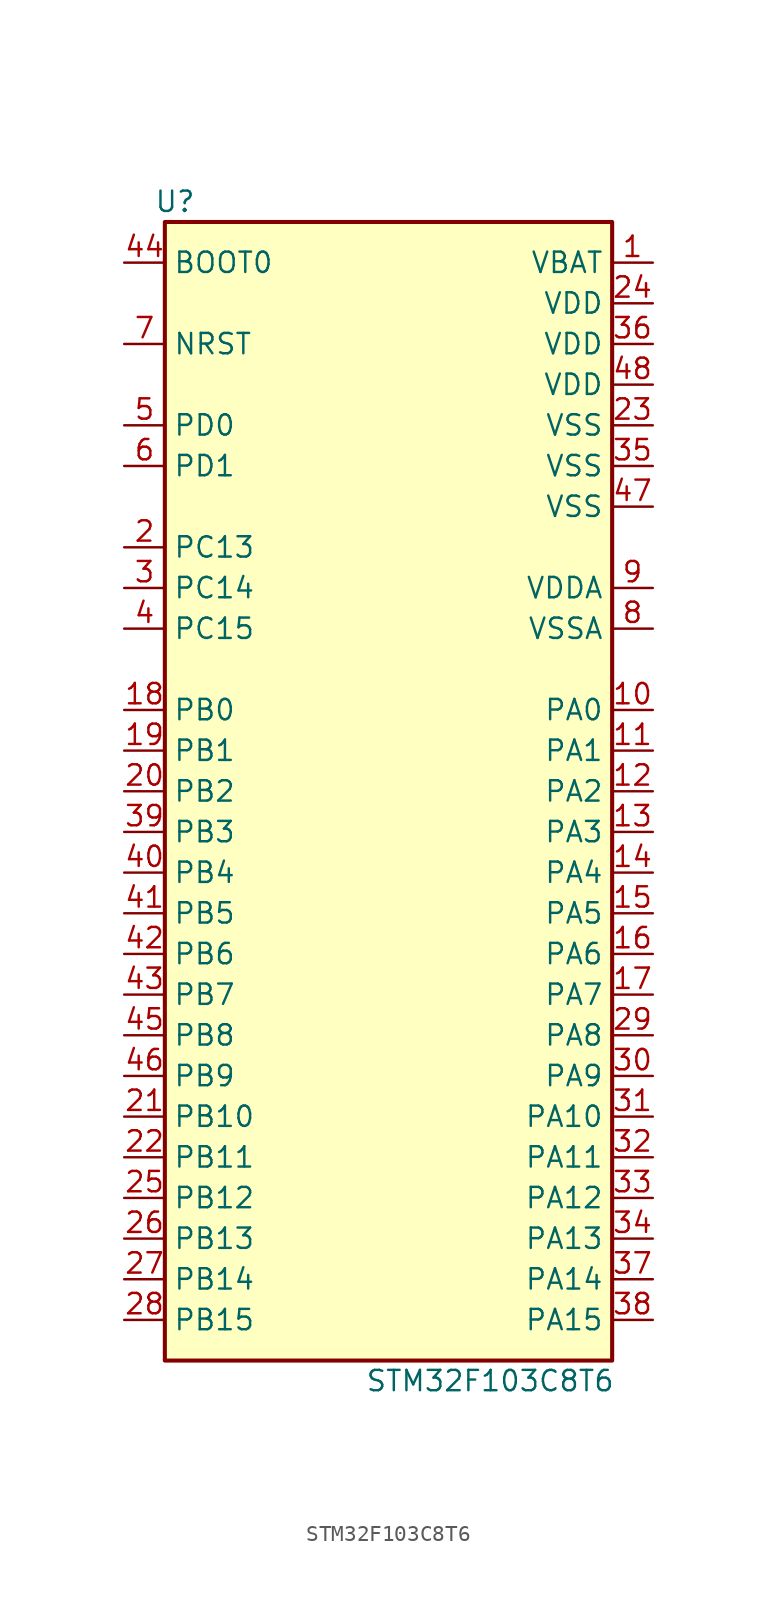
<source format=kicad_sym>
(kicad_symbol_lib
  (version 20211014)
  (generator kicad_symbol_editor)
  (symbol "STM32F103C8T6"
    (property "Reference" "U"
      (at -13.335 39.37 0)
      (effects (font (size 1.27 1.27))))
    (property "Value" "STM32F103C8T6"
      (at 6.35 -34.29 0)
      (effects (font (size 1.27 1.27))))
    (symbol "STM32F103C8T6_0_1"
      (rectangle (start -13.97 -33.02) (end 13.97 38.1) (stroke (width 0.254) (type default) (color 0 0 0 0)) (fill (type background))))
    (symbol "STM32F103C8T6_1_1"
      (pin power_in line (at 16.51 35.56 180) (length 2.54) (name "VBAT" (effects (font (size 1.27 1.27)))) (number "1" (effects (font (size 1.27 1.27)))))
      (pin bidirectional line (at 16.51 7.62 180) (length 2.54) (name "PA0" (effects (font (size 1.27 1.27)))) (number "10" (effects (font (size 1.27 1.27)))))
      (pin bidirectional line (at 16.51 5.08 180) (length 2.54) (name "PA1" (effects (font (size 1.27 1.27)))) (number "11" (effects (font (size 1.27 1.27)))))
      (pin bidirectional line (at 16.51 2.54 180) (length 2.54) (name "PA2" (effects (font (size 1.27 1.27)))) (number "12" (effects (font (size 1.27 1.27)))))
      (pin bidirectional line (at 16.51 0 180) (length 2.54) (name "PA3" (effects (font (size 1.27 1.27)))) (number "13" (effects (font (size 1.27 1.27)))))
      (pin bidirectional line (at 16.51 -2.54 180) (length 2.54) (name "PA4" (effects (font (size 1.27 1.27)))) (number "14" (effects (font (size 1.27 1.27)))))
      (pin bidirectional line (at 16.51 -5.08 180) (length 2.54) (name "PA5" (effects (font (size 1.27 1.27)))) (number "15" (effects (font (size 1.27 1.27)))))
      (pin bidirectional line (at 16.51 -7.62 180) (length 2.54) (name "PA6" (effects (font (size 1.27 1.27)))) (number "16" (effects (font (size 1.27 1.27)))))
      (pin bidirectional line (at 16.51 -10.16 180) (length 2.54) (name "PA7" (effects (font (size 1.27 1.27)))) (number "17" (effects (font (size 1.27 1.27)))))
      (pin bidirectional line (at -16.51 7.62 0) (length 2.54) (name "PB0" (effects (font (size 1.27 1.27)))) (number "18" (effects (font (size 1.27 1.27)))))
      (pin bidirectional line (at -16.51 5.08 0) (length 2.54) (name "PB1" (effects (font (size 1.27 1.27)))) (number "19" (effects (font (size 1.27 1.27)))))
      (pin bidirectional line (at -16.51 17.78 0) (length 2.54) (name "PC13" (effects (font (size 1.27 1.27)))) (number "2" (effects (font (size 1.27 1.27)))))
      (pin bidirectional line (at -16.51 2.54 0) (length 2.54) (name "PB2" (effects (font (size 1.27 1.27)))) (number "20" (effects (font (size 1.27 1.27)))))
      (pin bidirectional line (at -16.51 -17.78 0) (length 2.54) (name "PB10" (effects (font (size 1.27 1.27)))) (number "21" (effects (font (size 1.27 1.27)))))
      (pin bidirectional line (at -16.51 -20.32 0) (length 2.54) (name "PB11" (effects (font (size 1.27 1.27)))) (number "22" (effects (font (size 1.27 1.27)))))
      (pin power_in line (at 16.51 25.4 180) (length 2.54) (name "VSS" (effects (font (size 1.27 1.27)))) (number "23" (effects (font (size 1.27 1.27)))))
      (pin power_in line (at 16.51 33.02 180) (length 2.54) (name "VDD" (effects (font (size 1.27 1.27)))) (number "24" (effects (font (size 1.27 1.27)))))
      (pin bidirectional line (at -16.51 -22.86 0) (length 2.54) (name "PB12" (effects (font (size 1.27 1.27)))) (number "25" (effects (font (size 1.27 1.27)))))
      (pin bidirectional line (at -16.51 -25.4 0) (length 2.54) (name "PB13" (effects (font (size 1.27 1.27)))) (number "26" (effects (font (size 1.27 1.27)))))
      (pin bidirectional line (at -16.51 -27.94 0) (length 2.54) (name "PB14" (effects (font (size 1.27 1.27)))) (number "27" (effects (font (size 1.27 1.27)))))
      (pin bidirectional line (at -16.51 -30.48 0) (length 2.54) (name "PB15" (effects (font (size 1.27 1.27)))) (number "28" (effects (font (size 1.27 1.27)))))
      (pin bidirectional line (at 16.51 -12.7 180) (length 2.54) (name "PA8" (effects (font (size 1.27 1.27)))) (number "29" (effects (font (size 1.27 1.27)))))
      (pin bidirectional line (at -16.51 15.24 0) (length 2.54) (name "PC14" (effects (font (size 1.27 1.27)))) (number "3" (effects (font (size 1.27 1.27)))))
      (pin bidirectional line (at 16.51 -15.24 180) (length 2.54) (name "PA9" (effects (font (size 1.27 1.27)))) (number "30" (effects (font (size 1.27 1.27)))))
      (pin bidirectional line (at 16.51 -17.78 180) (length 2.54) (name "PA10" (effects (font (size 1.27 1.27)))) (number "31" (effects (font (size 1.27 1.27)))))
      (pin bidirectional line (at 16.51 -20.32 180) (length 2.54) (name "PA11" (effects (font (size 1.27 1.27)))) (number "32" (effects (font (size 1.27 1.27)))))
      (pin bidirectional line (at 16.51 -22.86 180) (length 2.54) (name "PA12" (effects (font (size 1.27 1.27)))) (number "33" (effects (font (size 1.27 1.27)))))
      (pin bidirectional line (at 16.51 -25.4 180) (length 2.54) (name "PA13" (effects (font (size 1.27 1.27)))) (number "34" (effects (font (size 1.27 1.27)))))
      (pin power_in line (at 16.51 22.86 180) (length 2.54) (name "VSS" (effects (font (size 1.27 1.27)))) (number "35" (effects (font (size 1.27 1.27)))))
      (pin power_in line (at 16.51 30.48 180) (length 2.54) (name "VDD" (effects (font (size 1.27 1.27)))) (number "36" (effects (font (size 1.27 1.27)))))
      (pin bidirectional line (at 16.51 -27.94 180) (length 2.54) (name "PA14" (effects (font (size 1.27 1.27)))) (number "37" (effects (font (size 1.27 1.27)))))
      (pin bidirectional line (at 16.51 -30.48 180) (length 2.54) (name "PA15" (effects (font (size 1.27 1.27)))) (number "38" (effects (font (size 1.27 1.27)))))
      (pin bidirectional line (at -16.51 0 0) (length 2.54) (name "PB3" (effects (font (size 1.27 1.27)))) (number "39" (effects (font (size 1.27 1.27)))))
      (pin bidirectional line (at -16.51 12.7 0) (length 2.54) (name "PC15" (effects (font (size 1.27 1.27)))) (number "4" (effects (font (size 1.27 1.27)))))
      (pin bidirectional line (at -16.51 -2.54 0) (length 2.54) (name "PB4" (effects (font (size 1.27 1.27)))) (number "40" (effects (font (size 1.27 1.27)))))
      (pin bidirectional line (at -16.51 -5.08 0) (length 2.54) (name "PB5" (effects (font (size 1.27 1.27)))) (number "41" (effects (font (size 1.27 1.27)))))
      (pin bidirectional line (at -16.51 -7.62 0) (length 2.54) (name "PB6" (effects (font (size 1.27 1.27)))) (number "42" (effects (font (size 1.27 1.27)))))
      (pin bidirectional line (at -16.51 -10.16 0) (length 2.54) (name "PB7" (effects (font (size 1.27 1.27)))) (number "43" (effects (font (size 1.27 1.27)))))
      (pin input line (at -16.51 35.56 0) (length 2.54) (name "BOOT0" (effects (font (size 1.27 1.27)))) (number "44" (effects (font (size 1.27 1.27)))))
      (pin bidirectional line (at -16.51 -12.7 0) (length 2.54) (name "PB8" (effects (font (size 1.27 1.27)))) (number "45" (effects (font (size 1.27 1.27)))))
      (pin bidirectional line (at -16.51 -15.24 0) (length 2.54) (name "PB9" (effects (font (size 1.27 1.27)))) (number "46" (effects (font (size 1.27 1.27)))))
      (pin power_in line (at 16.51 20.32 180) (length 2.54) (name "VSS" (effects (font (size 1.27 1.27)))) (number "47" (effects (font (size 1.27 1.27)))))
      (pin power_in line (at 16.51 27.94 180) (length 2.54) (name "VDD" (effects (font (size 1.27 1.27)))) (number "48" (effects (font (size 1.27 1.27)))))
      (pin input line (at -16.51 25.4 0) (length 2.54) (name "PD0" (effects (font (size 1.27 1.27)))) (number "5" (effects (font (size 1.27 1.27)))))
      (pin input line (at -16.51 22.86 0) (length 2.54) (name "PD1" (effects (font (size 1.27 1.27)))) (number "6" (effects (font (size 1.27 1.27)))))
      (pin input line (at -16.51 30.48 0) (length 2.54) (name "NRST" (effects (font (size 1.27 1.27)))) (number "7" (effects (font (size 1.27 1.27)))))
      (pin power_in line (at 16.51 12.7 180) (length 2.54) (name "VSSA" (effects (font (size 1.27 1.27)))) (number "8" (effects (font (size 1.27 1.27)))))
      (pin power_in line (at 16.51 15.24 180) (length 2.54) (name "VDDA" (effects (font (size 1.27 1.27)))) (number "9" (effects (font (size 1.27 1.27))))))))
</source>
